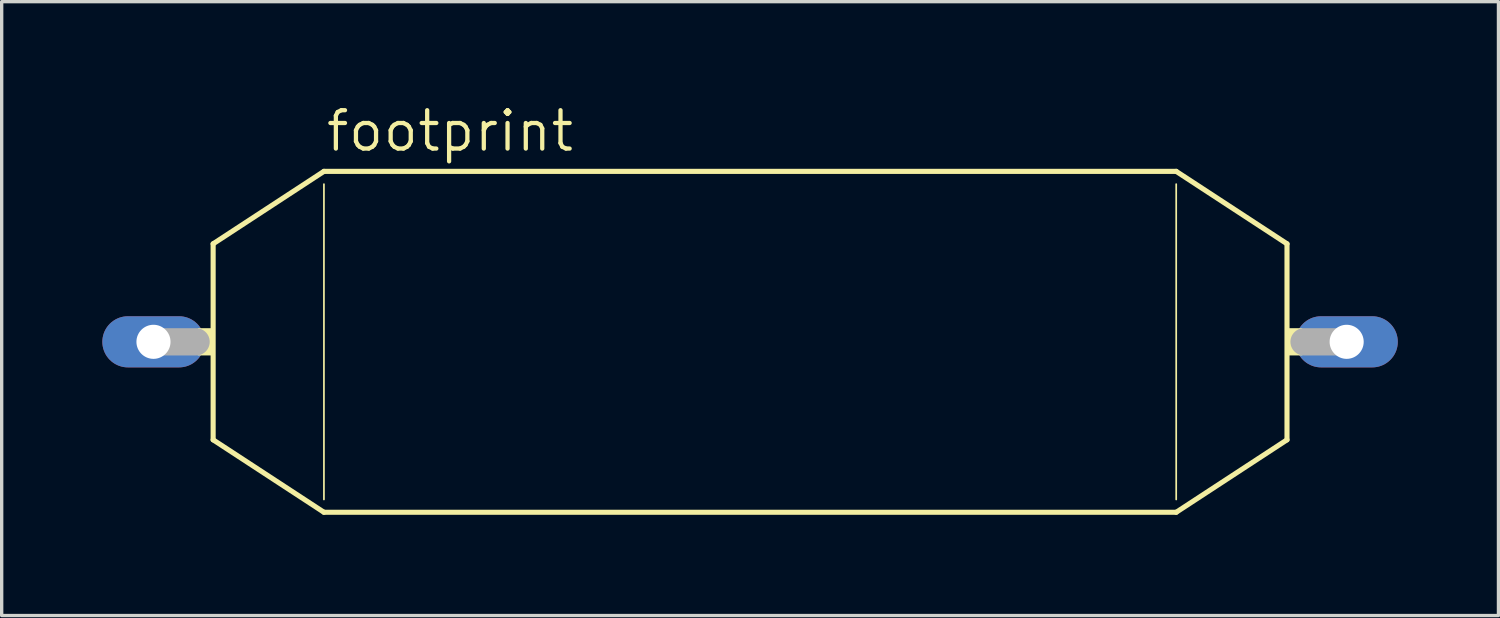
<source format=kicad_pcb>
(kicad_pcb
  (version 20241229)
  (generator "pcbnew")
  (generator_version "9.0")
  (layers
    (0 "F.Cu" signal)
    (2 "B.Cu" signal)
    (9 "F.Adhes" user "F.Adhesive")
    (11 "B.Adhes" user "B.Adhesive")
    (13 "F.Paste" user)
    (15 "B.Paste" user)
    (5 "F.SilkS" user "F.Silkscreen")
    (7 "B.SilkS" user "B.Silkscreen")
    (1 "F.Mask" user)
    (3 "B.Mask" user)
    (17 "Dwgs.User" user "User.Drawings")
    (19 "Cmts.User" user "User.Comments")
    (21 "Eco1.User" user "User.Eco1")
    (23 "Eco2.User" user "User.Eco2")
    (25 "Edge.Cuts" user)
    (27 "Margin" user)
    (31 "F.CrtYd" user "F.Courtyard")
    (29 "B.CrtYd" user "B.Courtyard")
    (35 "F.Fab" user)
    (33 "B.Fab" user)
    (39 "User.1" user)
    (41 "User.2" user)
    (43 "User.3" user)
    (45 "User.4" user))
  (footprint "footprint"
    (layer "F.Cu")
    (at 19.304 7.137)
    (property "Reference" "footprint" (at -12.7 -5.613 0) (layer "F.SilkS") (effects (font (size 1.143 1.143) (thickness 0.127)) (justify left bottom)))
    (fp_line (start -16.002 -2.921) (end -12.7 -5.08) (stroke (width 0.152) (type solid)) (layer "F.SilkS"))
    (fp_line (start -16.002 2.921) (end -16.002 -2.921) (stroke (width 0.152) (type solid)) (layer "F.SilkS"))
    (fp_line (start -16.002 2.921) (end -12.7 5.08) (stroke (width 0.152) (type solid)) (layer "F.SilkS"))
    (fp_line (start -12.7 -4.699) (end -12.7 4.699) (stroke (width 0.051) (type solid)) (layer "F.SilkS"))
    (fp_line (start 12.7 -5.08) (end -12.7 -5.08) (stroke (width 0.152) (type solid)) (layer "F.SilkS"))
    (fp_line (start 12.7 -4.699) (end 12.7 4.699) (stroke (width 0.051) (type solid)) (layer "F.SilkS"))
    (fp_line (start 12.7 5.08) (end -12.7 5.08) (stroke (width 0.152) (type solid)) (layer "F.SilkS"))
    (fp_line (start 16.002 -2.921) (end 12.7 -5.08) (stroke (width 0.152) (type solid)) (layer "F.SilkS"))
    (fp_line (start 16.002 2.921) (end 12.7 5.08) (stroke (width 0.152) (type solid)) (layer "F.SilkS"))
    (fp_line (start 16.002 2.921) (end 16.002 -2.921) (stroke (width 0.152) (type solid)) (layer "F.SilkS"))
    (fp_poly (pts (xy -16.459 0.406) (xy -16.002 0.406) (xy -16.002 -0.406) (xy -16.459 -0.406)) (stroke (width 0) (type solid)) (fill yes) (layer "F.SilkS"))
    (fp_poly (pts (xy 16.002 0.406) (xy 16.459 0.406) (xy 16.459 -0.406) (xy 16.002 -0.406)) (stroke (width 0) (type solid)) (fill yes) (layer "F.SilkS"))
    (fp_line (start -17.78 0) (end -16.51 0) (stroke (width 0.813) (type solid)) (layer "F.Fab"))
    (fp_line (start 16.51 0) (end 17.78 0) (stroke (width 0.813) (type solid)) (layer "F.Fab"))
    (pad "1" thru_hole oval (at -17.78 0) (size 3.048 1.524) (drill 1.016) (layers "*.Cu" "*.Mask"))
    (pad "2" thru_hole oval (at 17.78 0) (size 3.048 1.524) (drill 1.016) (layers "*.Cu" "*.Mask")))
  (gr_rect
    (start -3 -3)
    (end 41.608 15.294)
    (stroke (width 0.1) (type default))
    (fill no)
    (layer "Edge.Cuts")))
</source>
